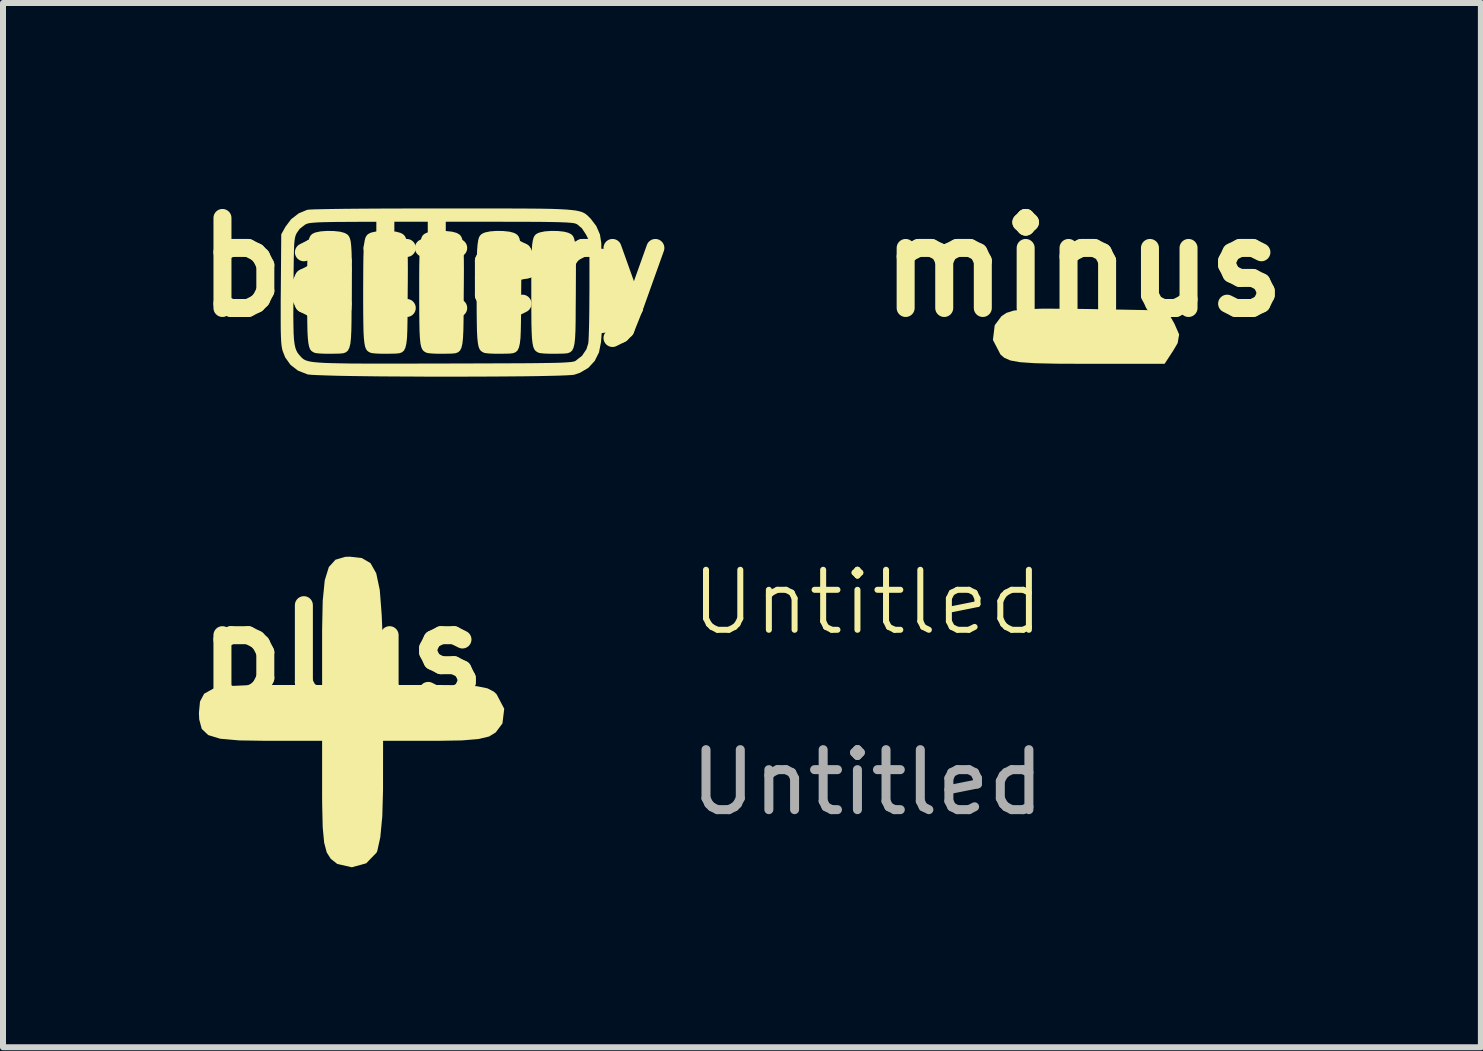
<source format=kicad_pcb>
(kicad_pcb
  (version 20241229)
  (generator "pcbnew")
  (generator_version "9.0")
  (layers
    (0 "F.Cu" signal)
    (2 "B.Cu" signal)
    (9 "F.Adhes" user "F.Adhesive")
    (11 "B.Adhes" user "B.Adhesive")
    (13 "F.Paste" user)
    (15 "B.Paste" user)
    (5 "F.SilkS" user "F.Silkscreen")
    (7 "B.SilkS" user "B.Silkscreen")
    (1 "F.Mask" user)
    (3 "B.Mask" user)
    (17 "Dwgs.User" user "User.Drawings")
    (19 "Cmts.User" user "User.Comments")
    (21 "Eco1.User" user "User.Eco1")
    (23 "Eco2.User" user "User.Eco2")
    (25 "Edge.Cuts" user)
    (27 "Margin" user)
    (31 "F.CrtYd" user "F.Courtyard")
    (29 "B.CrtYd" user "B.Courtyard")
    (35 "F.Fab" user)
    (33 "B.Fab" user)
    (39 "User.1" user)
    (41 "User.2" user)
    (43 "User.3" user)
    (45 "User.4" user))
  (footprint "Untitled"
    (layer "F.Cu")
    (at 11.406 7.488)
    (property "Reference" "Untitled" (at 0 -0.5 0) (unlocked yes) (layer "F.SilkS") (effects (font (size 1 1) (thickness 0.1))))
    (attr board_only exclude_from_pos_files exclude_from_bom)
    (fp_text user "${REFERENCE}" (at 0 2.5 0) (unlocked yes) (layer "F.Fab") (effects (font (size 1 1) (thickness 0.15)))))
  (footprint "plus"
    (layer "F.Cu")
    (at 2.657 7.857)
    (property "Reference" "plus" (at 0 0 0) (layer "F.SilkS") (effects (font (size 1.5 1.5) (thickness 0.3))))
    (attr board_only exclude_from_pos_files exclude_from_bom)
    (fp_poly (pts (xy 0.323 -1.607) (xy 0.467 -1.523) (xy 0.563 -1.353) (xy 0.622 -1.074) (xy 0.654 -0.661) (xy 0.664 -0.421) (xy 0.692 0.508) (xy 1.561 0.508) (xy 1.968 0.512) (xy 2.242 0.529) (xy 2.416 0.564) (xy 2.526 0.621) (xy 2.569 0.663) (xy 2.696 0.905) (xy 2.666 1.15) (xy 2.554 1.299) (xy 2.443 1.367) (xy 2.267 1.409) (xy 1.991 1.432) (xy 1.584 1.439) (xy 1.538 1.439) (xy 0.677 1.439) (xy 0.676 2.265) (xy 0.664 2.695) (xy 0.631 3.044) (xy 0.581 3.272) (xy 0.568 3.302) (xy 0.396 3.48) (xy 0.156 3.546) (xy -0.086 3.491) (xy -0.195 3.405) (xy -0.262 3.299) (xy -0.305 3.135) (xy -0.329 2.881) (xy -0.338 2.502) (xy -0.339 2.343) (xy -0.339 1.439) (xy -1.26 1.439) (xy -1.72 1.432) (xy -2.037 1.404) (xy -2.237 1.343) (xy -2.345 1.24) (xy -2.387 1.083) (xy -2.392 0.974) (xy -2.374 0.784) (xy -2.305 0.654) (xy -2.158 0.572) (xy -1.907 0.527) (xy -1.526 0.51) (xy -1.26 0.508) (xy -0.339 0.508) (xy -0.339 -0.407) (xy -0.329 -0.895) (xy -0.295 -1.237) (xy -0.227 -1.457) (xy -0.117 -1.579) (xy 0.045 -1.627) (xy 0.12 -1.63)) (stroke (width 0) (type solid)) (fill yes) (layer "F.SilkS")))
  (footprint "minus"
    (layer "F.Cu")
    (at 15.007 1.404)
    (property "Reference" "minus" (at 0 0 0) (layer "F.SilkS") (effects (font (size 1.5 1.5) (thickness 0.3))))
    (attr board_only exclude_from_pos_files exclude_from_bom)
    (fp_poly (pts (xy -0.287 0.691) (xy 0.091 0.696) (xy 1.391 0.72) (xy 1.516 0.943) (xy 1.593 1.119) (xy 1.569 1.263) (xy 1.496 1.387) (xy 1.351 1.609) (xy 0.054 1.609) (xy -0.45 1.607) (xy -0.811 1.599) (xy -1.059 1.582) (xy -1.219 1.553) (xy -1.32 1.509) (xy -1.384 1.454) (xy -1.51 1.211) (xy -1.48 0.966) (xy -1.367 0.815) (xy -1.285 0.76) (xy -1.163 0.722) (xy -0.975 0.7) (xy -0.692 0.69)) (stroke (width 0) (type solid)) (fill yes) (layer "F.SilkS")))
  (footprint "battery"
    (layer "F.Cu")
    (at 4.193 1.404)
    (property "Reference" "battery" (at 0 0 0) (layer "F.SilkS") (effects (font (size 1.5 1.5) (thickness 0.3))))
    (attr board_only exclude_from_pos_files exclude_from_bom)
    (fp_poly (pts (xy -1.68 -0.604) (xy -1.577 -0.593) (xy -1.509 -0.575) (xy -1.476 -0.56) (xy -1.449 -0.542) (xy -1.428 -0.517) (xy -1.411 -0.48) (xy -1.398 -0.427) (xy -1.39 -0.353) (xy -1.384 -0.255) (xy -1.381 -0.127) (xy -1.38 0.035) (xy -1.381 0.234) (xy -1.382 0.461) (xy -1.384 0.7) (xy -1.385 0.897) (xy -1.388 1.055) (xy -1.394 1.178) (xy -1.404 1.272) (xy -1.421 1.34) (xy -1.444 1.387) (xy -1.476 1.416) (xy -1.518 1.432) (xy -1.571 1.438) (xy -1.638 1.44) (xy -1.719 1.441) (xy -1.722 1.441) (xy -1.826 1.441) (xy -1.917 1.437) (xy -1.982 1.43) (xy -2.001 1.425) (xy -2.031 1.41) (xy -2.057 1.391) (xy -2.077 1.363) (xy -2.092 1.322) (xy -2.104 1.263) (xy -2.113 1.182) (xy -2.119 1.075) (xy -2.122 0.936) (xy -2.124 0.762) (xy -2.124 0.548) (xy -2.124 0.42) (xy -2.124 0.184) (xy -2.123 -0.009) (xy -2.121 -0.165) (xy -2.116 -0.287) (xy -2.109 -0.381) (xy -2.099 -0.45) (xy -2.084 -0.499) (xy -2.065 -0.532) (xy -2.041 -0.554) (xy -2.011 -0.57) (xy -1.982 -0.581) (xy -1.9 -0.598) (xy -1.793 -0.606)) (stroke (width 0) (type solid)) (fill yes) (layer "F.SilkS"))
    (fp_poly (pts (xy -0.746 -0.604) (xy -0.643 -0.593) (xy -0.575 -0.575) (xy -0.542 -0.56) (xy -0.516 -0.542) (xy -0.494 -0.517) (xy -0.477 -0.48) (xy -0.465 -0.427) (xy -0.456 -0.353) (xy -0.45 -0.255) (xy -0.447 -0.127) (xy -0.446 0.035) (xy -0.447 0.234) (xy -0.449 0.461) (xy -0.45 0.7) (xy -0.452 0.897) (xy -0.455 1.055) (xy -0.46 1.178) (xy -0.471 1.272) (xy -0.487 1.34) (xy -0.51 1.387) (xy -0.542 1.416) (xy -0.584 1.432) (xy -0.638 1.438) (xy -0.704 1.44) (xy -0.786 1.441) (xy -0.789 1.441) (xy -0.892 1.441) (xy -0.983 1.437) (xy -1.048 1.43) (xy -1.067 1.425) (xy -1.098 1.41) (xy -1.123 1.391) (xy -1.143 1.363) (xy -1.159 1.322) (xy -1.17 1.263) (xy -1.179 1.182) (xy -1.185 1.075) (xy -1.188 0.936) (xy -1.19 0.762) (xy -1.191 0.548) (xy -1.191 0.42) (xy -1.19 0.184) (xy -1.189 -0.009) (xy -1.187 -0.165) (xy -1.183 -0.287) (xy -1.175 -0.381) (xy -1.165 -0.45) (xy -1.151 -0.499) (xy -1.131 -0.532) (xy -1.107 -0.554) (xy -1.077 -0.57) (xy -1.048 -0.581) (xy -0.966 -0.598) (xy -0.859 -0.606)) (stroke (width 0) (type solid)) (fill yes) (layer "F.SilkS"))
    (fp_poly (pts (xy 0.188 -0.604) (xy 0.29 -0.593) (xy 0.359 -0.575) (xy 0.391 -0.56) (xy 0.418 -0.542) (xy 0.44 -0.517) (xy 0.457 -0.48) (xy 0.469 -0.427) (xy 0.478 -0.353) (xy 0.484 -0.255) (xy 0.487 -0.127) (xy 0.488 0.035) (xy 0.487 0.234) (xy 0.485 0.461) (xy 0.484 0.7) (xy 0.482 0.897) (xy 0.479 1.055) (xy 0.473 1.178) (xy 0.463 1.272) (xy 0.447 1.34) (xy 0.424 1.387) (xy 0.392 1.416) (xy 0.35 1.432) (xy 0.296 1.438) (xy 0.23 1.44) (xy 0.148 1.441) (xy 0.145 1.441) (xy 0.041 1.441) (xy -0.049 1.437) (xy -0.114 1.43) (xy -0.133 1.425) (xy -0.164 1.41) (xy -0.189 1.391) (xy -0.209 1.363) (xy -0.225 1.322) (xy -0.237 1.263) (xy -0.245 1.182) (xy -0.251 1.075) (xy -0.254 0.936) (xy -0.256 0.762) (xy -0.257 0.548) (xy -0.257 0.42) (xy -0.257 0.184) (xy -0.256 -0.009) (xy -0.253 -0.165) (xy -0.249 -0.287) (xy -0.242 -0.381) (xy -0.231 -0.45) (xy -0.217 -0.499) (xy -0.198 -0.532) (xy -0.173 -0.554) (xy -0.143 -0.57) (xy -0.114 -0.581) (xy -0.032 -0.598) (xy 0.074 -0.606)) (stroke (width 0) (type solid)) (fill yes) (layer "F.SilkS"))
    (fp_poly (pts (xy 1.145 -0.604) (xy 1.248 -0.593) (xy 1.316 -0.575) (xy 1.349 -0.56) (xy 1.375 -0.542) (xy 1.397 -0.517) (xy 1.414 -0.48) (xy 1.426 -0.427) (xy 1.435 -0.353) (xy 1.441 -0.255) (xy 1.444 -0.127) (xy 1.445 0.035) (xy 1.444 0.234) (xy 1.442 0.461) (xy 1.441 0.7) (xy 1.439 0.897) (xy 1.436 1.055) (xy 1.431 1.178) (xy 1.42 1.272) (xy 1.404 1.34) (xy 1.381 1.387) (xy 1.349 1.416) (xy 1.307 1.432) (xy 1.253 1.438) (xy 1.187 1.44) (xy 1.105 1.441) (xy 1.102 1.441) (xy 0.999 1.441) (xy 0.908 1.437) (xy 0.843 1.43) (xy 0.824 1.425) (xy 0.793 1.41) (xy 0.768 1.391) (xy 0.748 1.363) (xy 0.732 1.322) (xy 0.721 1.263) (xy 0.712 1.182) (xy 0.706 1.075) (xy 0.703 0.936) (xy 0.701 0.762) (xy 0.7 0.548) (xy 0.7 0.42) (xy 0.701 0.184) (xy 0.702 -0.009) (xy 0.704 -0.165) (xy 0.708 -0.287) (xy 0.716 -0.381) (xy 0.726 -0.45) (xy 0.74 -0.499) (xy 0.76 -0.532) (xy 0.784 -0.554) (xy 0.814 -0.57) (xy 0.843 -0.581) (xy 0.925 -0.598) (xy 1.032 -0.606)) (stroke (width 0) (type solid)) (fill yes) (layer "F.SilkS"))
    (fp_poly (pts (xy 2.056 -0.604) (xy 2.158 -0.593) (xy 2.226 -0.575) (xy 2.259 -0.56) (xy 2.286 -0.542) (xy 2.308 -0.517) (xy 2.324 -0.48) (xy 2.337 -0.427) (xy 2.346 -0.353) (xy 2.351 -0.255) (xy 2.354 -0.127) (xy 2.355 0.035) (xy 2.354 0.234) (xy 2.353 0.461) (xy 2.351 0.7) (xy 2.35 0.897) (xy 2.347 1.055) (xy 2.341 1.178) (xy 2.331 1.272) (xy 2.315 1.34) (xy 2.292 1.387) (xy 2.26 1.416) (xy 2.218 1.432) (xy 2.164 1.438) (xy 2.097 1.44) (xy 2.016 1.441) (xy 2.013 1.441) (xy 1.909 1.441) (xy 1.818 1.437) (xy 1.754 1.43) (xy 1.735 1.425) (xy 1.704 1.41) (xy 1.679 1.391) (xy 1.659 1.363) (xy 1.643 1.322) (xy 1.631 1.263) (xy 1.622 1.182) (xy 1.617 1.075) (xy 1.613 0.936) (xy 1.612 0.762) (xy 1.611 0.548) (xy 1.611 0.42) (xy 1.611 0.184) (xy 1.612 -0.009) (xy 1.614 -0.165) (xy 1.619 -0.287) (xy 1.626 -0.381) (xy 1.637 -0.45) (xy 1.651 -0.499) (xy 1.67 -0.532) (xy 1.694 -0.554) (xy 1.724 -0.57) (xy 1.754 -0.581) (xy 1.835 -0.598) (xy 1.942 -0.606)) (stroke (width 0) (type solid)) (fill yes) (layer "F.SilkS"))
    (fp_poly (pts (xy 1.119 -0.98) (xy 1.376 -0.979) (xy 1.598 -0.978) (xy 1.788 -0.976) (xy 1.949 -0.973) (xy 2.083 -0.968) (xy 2.193 -0.962) (xy 2.283 -0.954) (xy 2.355 -0.945) (xy 2.412 -0.933) (xy 2.457 -0.92) (xy 2.492 -0.903) (xy 2.521 -0.885) (xy 2.547 -0.863) (xy 2.572 -0.838) (xy 2.6 -0.81) (xy 2.602 -0.808) (xy 2.694 -0.687) (xy 2.755 -0.546) (xy 2.778 -0.402) (xy 2.778 -0.396) (xy 2.778 -0.31) (xy 2.898 -0.296) (xy 3.019 -0.269) (xy 3.108 -0.217) (xy 3.169 -0.147) (xy 3.185 -0.116) (xy 3.196 -0.073) (xy 3.205 -0.011) (xy 3.211 0.078) (xy 3.215 0.2) (xy 3.218 0.312) (xy 3.221 0.496) (xy 3.22 0.64) (xy 3.214 0.75) (xy 3.204 0.833) (xy 3.187 0.894) (xy 3.164 0.941) (xy 3.133 0.979) (xy 3.129 0.983) (xy 3.088 1.02) (xy 3.046 1.045) (xy 2.988 1.063) (xy 2.901 1.079) (xy 2.869 1.085) (xy 2.784 1.098) (xy 2.773 1.247) (xy 2.739 1.418) (xy 2.668 1.561) (xy 2.562 1.676) (xy 2.423 1.758) (xy 2.329 1.79) (xy 2.282 1.796) (xy 2.192 1.801) (xy 2.064 1.806) (xy 1.901 1.81) (xy 1.709 1.814) (xy 1.491 1.817) (xy 1.251 1.819) (xy 0.994 1.821) (xy 0.724 1.822) (xy 0.444 1.823) (xy 0.16 1.823) (xy -0.126 1.823) (xy -0.408 1.821) (xy -0.682 1.82) (xy -0.945 1.818) (xy -1.192 1.815) (xy -1.419 1.812) (xy -1.622 1.808) (xy -1.796 1.803) (xy -1.938 1.798) (xy -2.043 1.793) (xy -2.108 1.787) (xy -2.121 1.784) (xy -2.278 1.722) (xy -2.401 1.627) (xy -2.491 1.501) (xy -2.534 1.39) (xy -2.543 1.351) (xy -2.551 1.303) (xy -2.557 1.241) (xy -2.561 1.161) (xy -2.564 1.056) (xy -2.565 0.924) (xy -2.565 0.808) (xy -2.355 0.808) (xy -2.353 0.97) (xy -2.35 1.099) (xy -2.344 1.201) (xy -2.334 1.28) (xy -2.321 1.341) (xy -2.304 1.388) (xy -2.283 1.427) (xy -2.256 1.461) (xy -2.245 1.474) (xy -2.225 1.496) (xy -2.205 1.516) (xy -2.183 1.533) (xy -2.155 1.548) (xy -2.118 1.561) (xy -2.071 1.572) (xy -2.009 1.581) (xy -1.93 1.588) (xy -1.831 1.594) (xy -1.71 1.598) (xy -1.563 1.601) (xy -1.388 1.604) (xy -1.181 1.605) (xy -0.94 1.605) (xy -0.662 1.605) (xy -0.345 1.605) (xy 0.016 1.604) (xy 0.163 1.604) (xy 0.527 1.603) (xy 0.847 1.602) (xy 1.127 1.601) (xy 1.368 1.6) (xy 1.574 1.599) (xy 1.748 1.597) (xy 1.893 1.595) (xy 2.011 1.593) (xy 2.106 1.59) (xy 2.181 1.586) (xy 2.238 1.582) (xy 2.28 1.578) (xy 2.311 1.573) (xy 2.332 1.567) (xy 2.348 1.56) (xy 2.349 1.559) (xy 2.457 1.475) (xy 2.531 1.364) (xy 2.561 1.266) (xy 2.565 1.217) (xy 2.569 1.127) (xy 2.573 1.003) (xy 2.576 0.852) (xy 2.578 0.679) (xy 2.579 0.492) (xy 2.58 0.362) (xy 2.58 -0.432) (xy 2.521 -0.548) (xy 2.455 -0.648) (xy 2.381 -0.712) (xy 2.367 -0.72) (xy 2.35 -0.727) (xy 2.329 -0.733) (xy 2.299 -0.738) (xy 2.26 -0.742) (xy 2.206 -0.746) (xy 2.136 -0.749) (xy 2.047 -0.752) (xy 1.936 -0.754) (xy 1.8 -0.756) (xy 1.635 -0.757) (xy 1.44 -0.758) (xy 1.211 -0.758) (xy 0.945 -0.759) (xy 0.64 -0.759) (xy 0.292 -0.759) (xy 0.117 -0.759) (xy -0.252 -0.759) (xy -0.576 -0.759) (xy -0.86 -0.758) (xy -1.105 -0.758) (xy -1.316 -0.757) (xy -1.494 -0.756) (xy -1.643 -0.755) (xy -1.766 -0.753) (xy -1.865 -0.751) (xy -1.944 -0.748) (xy -2.005 -0.744) (xy -2.052 -0.74) (xy -2.087 -0.735) (xy -2.112 -0.73) (xy -2.132 -0.723) (xy -2.149 -0.715) (xy -2.158 -0.711) (xy -2.249 -0.64) (xy -2.298 -0.57) (xy -2.311 -0.544) (xy -2.321 -0.516) (xy -2.329 -0.479) (xy -2.336 -0.43) (xy -2.341 -0.364) (xy -2.344 -0.275) (xy -2.347 -0.159) (xy -2.349 -0.01) (xy -2.351 0.177) (xy -2.353 0.368) (xy -2.354 0.609) (xy -2.355 0.808) (xy -2.565 0.808) (xy -2.565 0.758) (xy -2.565 0.555) (xy -2.563 0.358) (xy -2.556 -0.549) (xy -2.486 -0.675) (xy -2.391 -0.801) (xy -2.264 -0.899) (xy -2.125 -0.957) (xy -2.087 -0.961) (xy -2.004 -0.965) (xy -1.878 -0.968) (xy -1.71 -0.971) (xy -1.503 -0.974) (xy -1.258 -0.976) (xy -0.977 -0.978) (xy -0.661 -0.979) (xy -0.314 -0.98) (xy 0.064 -0.98) (xy 0.107 -0.98) (xy 0.487 -0.98) (xy 0.823 -0.98)) (stroke (width 0) (type solid)) (fill yes) (layer "F.SilkS")))
  (gr_rect
    (start -3 -3)
    (end 21.629 14.403)
    (stroke (width 0.1) (type default))
    (fill no)
    (layer "Edge.Cuts")))
</source>
